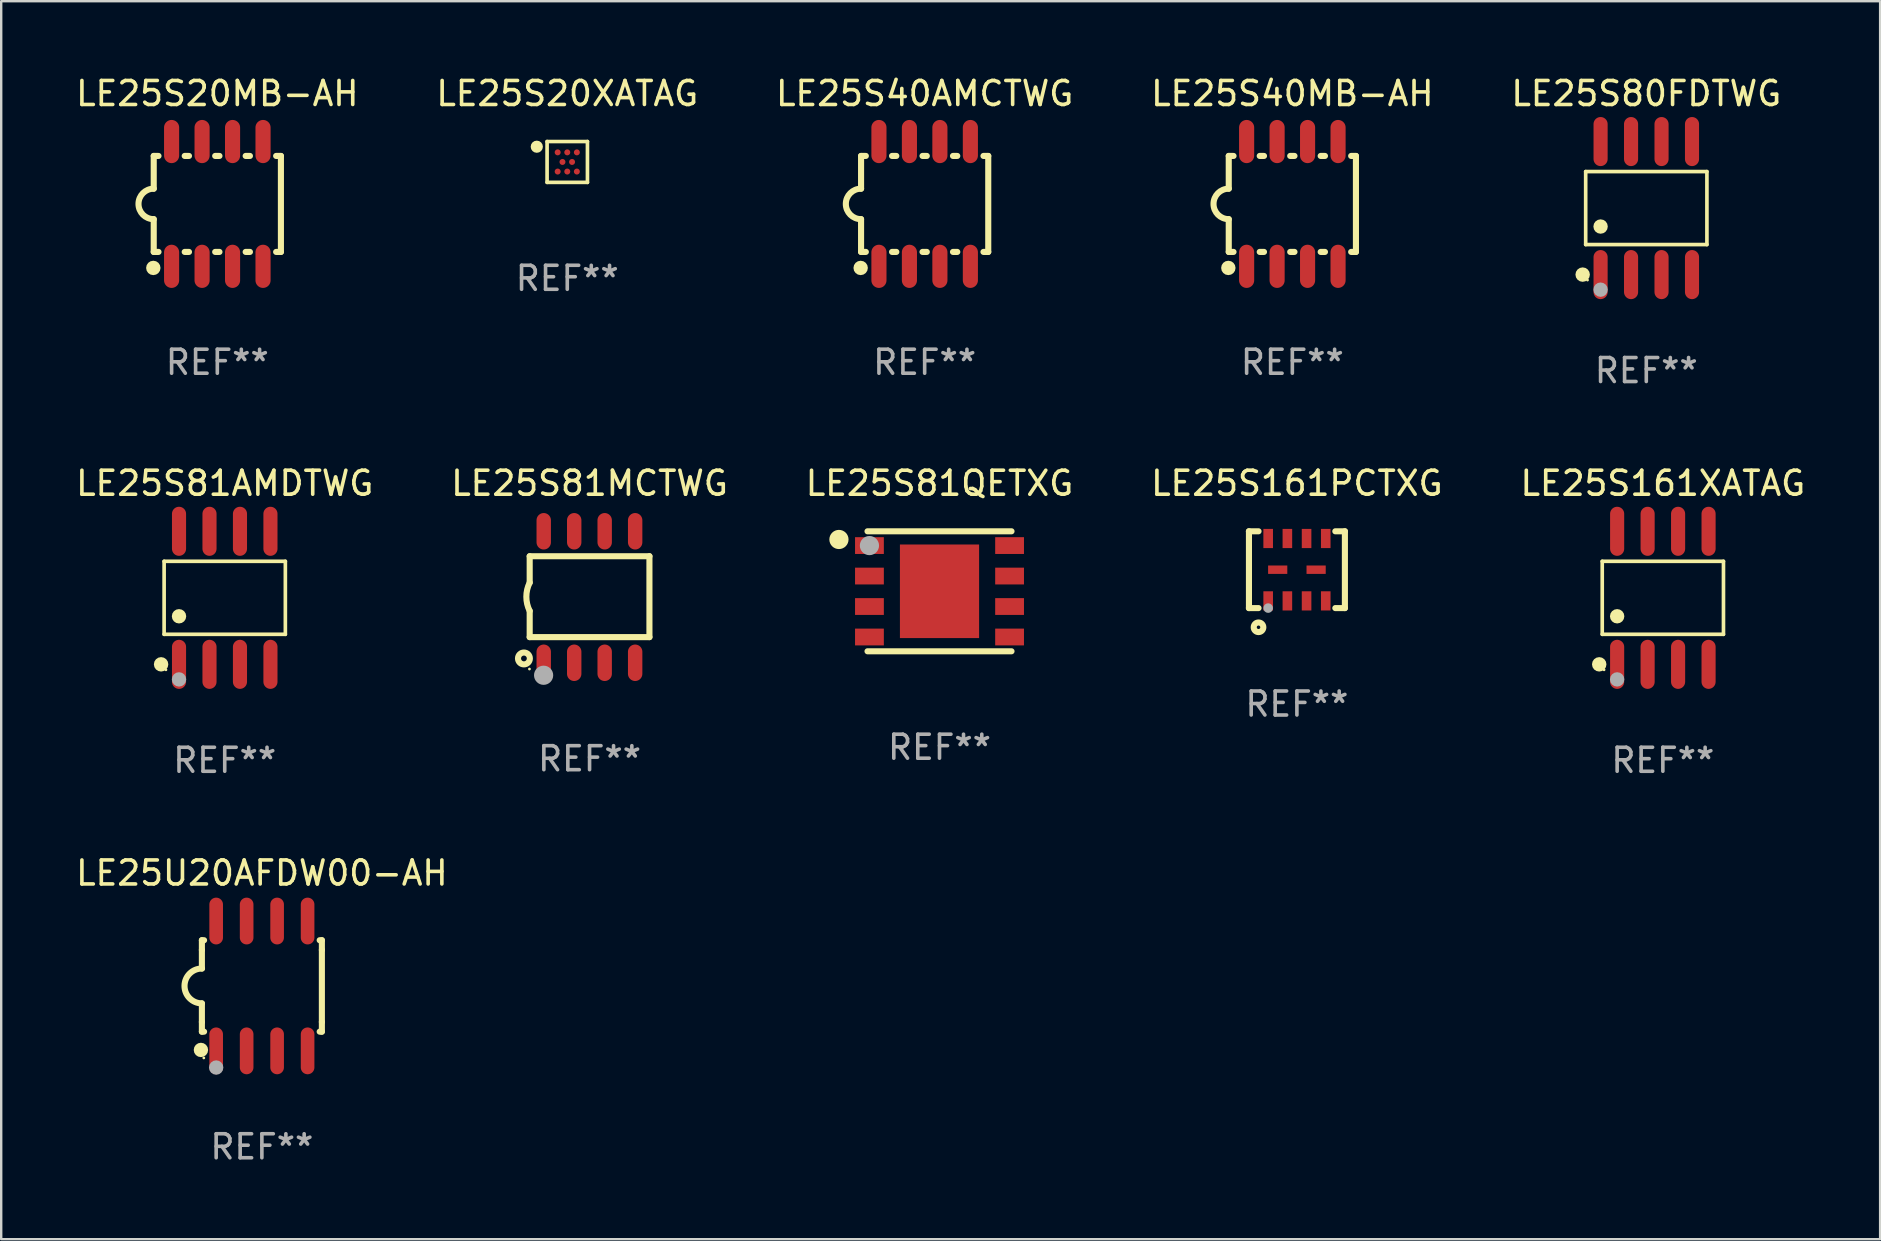
<source format=kicad_pcb>
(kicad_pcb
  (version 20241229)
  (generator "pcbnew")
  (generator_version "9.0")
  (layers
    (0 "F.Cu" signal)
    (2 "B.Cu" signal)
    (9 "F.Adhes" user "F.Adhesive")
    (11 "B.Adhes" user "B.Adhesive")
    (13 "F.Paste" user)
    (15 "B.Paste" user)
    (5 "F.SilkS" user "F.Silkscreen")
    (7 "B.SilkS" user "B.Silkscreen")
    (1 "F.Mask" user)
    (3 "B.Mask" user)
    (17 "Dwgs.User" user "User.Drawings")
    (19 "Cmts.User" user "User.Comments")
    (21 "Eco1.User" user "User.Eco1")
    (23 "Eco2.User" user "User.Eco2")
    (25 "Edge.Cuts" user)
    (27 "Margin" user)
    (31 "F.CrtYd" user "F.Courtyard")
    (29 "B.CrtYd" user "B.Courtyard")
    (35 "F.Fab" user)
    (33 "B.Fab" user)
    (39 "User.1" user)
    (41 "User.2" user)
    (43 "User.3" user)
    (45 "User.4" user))
  (footprint "LE25S80FDTWG"
    (layer "F.Cu")
    (at 65.554 5.621)
    (property "Reference" "LE25S80FDTWG" (at 0 -4.772 0) (layer "F.SilkS") (effects (font (size 1 1) (thickness 0.15))))
    (attr through_hole)
    (fp_line (start -2.526 -1.521) (end 2.526 -1.521) (stroke (width 0.152) (type solid)) (layer "F.SilkS"))
    (fp_line (start -2.526 1.521) (end -2.526 -1.521) (stroke (width 0.152) (type solid)) (layer "F.SilkS"))
    (fp_line (start 2.526 -1.521) (end 2.526 1.521) (stroke (width 0.152) (type solid)) (layer "F.SilkS"))
    (fp_line (start 2.526 1.521) (end -2.526 1.521) (stroke (width 0.152) (type solid)) (layer "F.SilkS"))
    (fp_circle (center -2.652 2.772) (end -2.501 2.772) (stroke (width 0.3) (type solid)) (fill no) (layer "F.SilkS"))
    (fp_circle (center -2.45 3) (end -2.42 3) (stroke (width 0.06) (type solid)) (fill no) (layer "F.SilkS"))
    (fp_circle (center -1.905 0.769) (end -1.755 0.769) (stroke (width 0.3) (type solid)) (fill no) (layer "F.SilkS"))
    (fp_circle (center -1.905 3.4) (end -1.755 3.4) (stroke (width 0.3) (type solid)) (fill no) (layer "F.Fab"))
    (fp_text user "REF**" (at 0 6.772 0) (layer "F.Fab") (effects (font (size 1 1) (thickness 0.15))))
    (pad "1" smd oval (at -1.905 2.772) (size 0.588 2.045) (layers "F.Cu" "F.Mask" "F.Paste"))
    (pad "2" smd oval (at -0.635 2.772) (size 0.588 2.045) (layers "F.Cu" "F.Mask" "F.Paste"))
    (pad "3" smd oval (at 0.635 2.772) (size 0.588 2.045) (layers "F.Cu" "F.Mask" "F.Paste"))
    (pad "4" smd oval (at 1.905 2.772) (size 0.588 2.045) (layers "F.Cu" "F.Mask" "F.Paste"))
    (pad "5" smd oval (at 1.905 -2.772) (size 0.588 2.045) (layers "F.Cu" "F.Mask" "F.Paste"))
    (pad "6" smd oval (at 0.635 -2.772) (size 0.588 2.045) (layers "F.Cu" "F.Mask" "F.Paste"))
    (pad "7" smd oval (at -0.635 -2.772) (size 0.588 2.045) (layers "F.Cu" "F.Mask" "F.Paste"))
    (pad "8" smd oval (at -1.905 -2.772) (size 0.588 2.045) (layers "F.Cu" "F.Mask" "F.Paste")))
  (footprint "LE25S40AMCTWG"
    (layer "F.Cu")
    (at 35.482 5.448)
    (property "Reference" "LE25S40AMCTWG" (at 0 -4.6 0) (layer "F.SilkS") (effects (font (size 1 1) (thickness 0.15))))
    (attr through_hole)
    (fp_line (start -2.65 -2) (end -2.65 -0.635) (stroke (width 0.254) (type solid)) (layer "F.SilkS"))
    (fp_line (start -2.65 2) (end -2.65 0.635) (stroke (width 0.254) (type solid)) (layer "F.SilkS"))
    (fp_line (start -2.451 -2) (end -2.65 -2) (stroke (width 0.254) (type solid)) (layer "F.SilkS"))
    (fp_line (start -2.451 2) (end -2.65 2) (stroke (width 0.254) (type solid)) (layer "F.SilkS"))
    (fp_line (start -1.181 -2) (end -1.359 -2) (stroke (width 0.254) (type solid)) (layer "F.SilkS"))
    (fp_line (start -1.181 2) (end -1.359 2) (stroke (width 0.254) (type solid)) (layer "F.SilkS"))
    (fp_line (start 0.089 -2) (end -0.089 -2) (stroke (width 0.254) (type solid)) (layer "F.SilkS"))
    (fp_line (start 0.089 2) (end -0.089 2) (stroke (width 0.254) (type solid)) (layer "F.SilkS"))
    (fp_line (start 1.359 -2) (end 1.181 -2) (stroke (width 0.254) (type solid)) (layer "F.SilkS"))
    (fp_line (start 1.359 2) (end 1.181 2) (stroke (width 0.254) (type solid)) (layer "F.SilkS"))
    (fp_line (start 2.65 -2) (end 2.451 -2) (stroke (width 0.254) (type solid)) (layer "F.SilkS"))
    (fp_line (start 2.65 -2) (end 2.65 2) (stroke (width 0.254) (type solid)) (layer "F.SilkS"))
    (fp_line (start 2.65 2) (end 2.451 2) (stroke (width 0.254) (type solid)) (layer "F.SilkS"))
    (fp_arc (start -2.650013 0.635001) (mid -3.284227 -0.000394) (end -2.649226 -0.635001) (stroke (width 0.254001) (type solid)) (layer "F.SilkS"))
    (fp_circle (center -2.667 2.667) (end -2.517 2.667) (stroke (width 0.3) (type solid)) (fill no) (layer "F.SilkS"))
    (fp_text user "REF**" (at 0 6.6 0) (layer "F.Fab") (effects (font (size 1 1) (thickness 0.15))))
    (pad "1" smd oval (at -1.905 2.6) (size 0.63 1.8) (layers "F.Cu" "F.Mask" "F.Paste"))
    (pad "2" smd oval (at -0.635 2.6) (size 0.63 1.8) (layers "F.Cu" "F.Mask" "F.Paste"))
    (pad "3" smd oval (at 0.635 2.6) (size 0.63 1.8) (layers "F.Cu" "F.Mask" "F.Paste"))
    (pad "4" smd oval (at 1.905 2.6) (size 0.63 1.8) (layers "F.Cu" "F.Mask" "F.Paste"))
    (pad "5" smd oval (at 1.905 -2.6) (size 0.63 1.8) (layers "F.Cu" "F.Mask" "F.Paste"))
    (pad "6" smd oval (at 0.635 -2.6) (size 0.63 1.8) (layers "F.Cu" "F.Mask" "F.Paste"))
    (pad "7" smd oval (at -0.635 -2.6) (size 0.63 1.8) (layers "F.Cu" "F.Mask" "F.Paste"))
    (pad "8" smd oval (at -1.905 -2.6) (size 0.63 1.8) (layers "F.Cu" "F.Mask" "F.Paste")))
  (footprint "LE25S20XATAG"
    (layer "F.Cu")
    (at 20.589 3.699)
    (property "Reference" "LE25S20XATAG" (at 0 -2.851 0) (layer "F.SilkS") (effects (font (size 1 1) (thickness 0.15))))
    (attr through_hole)
    (fp_line (start -0.841 -0.851) (end 0.841 -0.851) (stroke (width 0.152) (type solid)) (layer "F.SilkS"))
    (fp_line (start -0.841 0.851) (end -0.841 -0.851) (stroke (width 0.152) (type solid)) (layer "F.SilkS"))
    (fp_line (start 0.841 -0.851) (end 0.841 0.851) (stroke (width 0.152) (type solid)) (layer "F.SilkS"))
    (fp_line (start 0.841 0.851) (end -0.841 0.851) (stroke (width 0.152) (type solid)) (layer "F.SilkS"))
    (fp_circle (center -1.27 -0.635) (end -1.143 -0.635) (stroke (width 0.254) (type solid)) (fill no) (layer "F.SilkS"))
    (fp_text user "REF**" (at 0 4.851 0) (layer "F.Fab") (effects (font (size 1 1) (thickness 0.15))))
    (pad "A1" smd circle (at -0.4 -0.4) (size 0.25 0.25) (layers "F.Cu" "F.Mask" "F.Paste"))
    (pad "A2" smd circle (at 0 -0.4) (size 0.25 0.25) (layers "F.Cu" "F.Mask" "F.Paste"))
    (pad "A3" smd circle (at 0.4 -0.4) (size 0.25 0.25) (layers "F.Cu" "F.Mask" "F.Paste"))
    (pad "B1" smd circle (at -0.2 0) (size 0.25 0.25) (layers "F.Cu" "F.Mask" "F.Paste"))
    (pad "B2" smd circle (at 0.2 0) (size 0.25 0.25) (layers "F.Cu" "F.Mask" "F.Paste"))
    (pad "C1" smd circle (at -0.4 0.4) (size 0.25 0.25) (layers "F.Cu" "F.Mask" "F.Paste"))
    (pad "C2" smd circle (at 0 0.4) (size 0.25 0.25) (layers "F.Cu" "F.Mask" "F.Paste"))
    (pad "C3" smd circle (at 0.4 0.4) (size 0.25 0.25) (layers "F.Cu" "F.Mask" "F.Paste")))
  (footprint "LE25S20MB-AH"
    (layer "F.Cu")
    (at 6.006 5.448)
    (property "Reference" "LE25S20MB-AH" (at 0 -4.6 0) (layer "F.SilkS") (effects (font (size 1 1) (thickness 0.15))))
    (attr through_hole)
    (fp_line (start -2.65 -2) (end -2.65 -0.635) (stroke (width 0.254) (type solid)) (layer "F.SilkS"))
    (fp_line (start -2.65 2) (end -2.65 0.635) (stroke (width 0.254) (type solid)) (layer "F.SilkS"))
    (fp_line (start -2.451 -2) (end -2.65 -2) (stroke (width 0.254) (type solid)) (layer "F.SilkS"))
    (fp_line (start -2.451 2) (end -2.65 2) (stroke (width 0.254) (type solid)) (layer "F.SilkS"))
    (fp_line (start -1.181 -2) (end -1.359 -2) (stroke (width 0.254) (type solid)) (layer "F.SilkS"))
    (fp_line (start -1.181 2) (end -1.359 2) (stroke (width 0.254) (type solid)) (layer "F.SilkS"))
    (fp_line (start 0.089 -2) (end -0.089 -2) (stroke (width 0.254) (type solid)) (layer "F.SilkS"))
    (fp_line (start 0.089 2) (end -0.089 2) (stroke (width 0.254) (type solid)) (layer "F.SilkS"))
    (fp_line (start 1.359 -2) (end 1.181 -2) (stroke (width 0.254) (type solid)) (layer "F.SilkS"))
    (fp_line (start 1.359 2) (end 1.181 2) (stroke (width 0.254) (type solid)) (layer "F.SilkS"))
    (fp_line (start 2.65 -2) (end 2.451 -2) (stroke (width 0.254) (type solid)) (layer "F.SilkS"))
    (fp_line (start 2.65 -2) (end 2.65 2) (stroke (width 0.254) (type solid)) (layer "F.SilkS"))
    (fp_line (start 2.65 2) (end 2.451 2) (stroke (width 0.254) (type solid)) (layer "F.SilkS"))
    (fp_arc (start -2.650013 0.635001) (mid -3.284227 -0.000394) (end -2.649226 -0.635001) (stroke (width 0.254001) (type solid)) (layer "F.SilkS"))
    (fp_circle (center -2.667 2.667) (end -2.517 2.667) (stroke (width 0.3) (type solid)) (fill no) (layer "F.SilkS"))
    (fp_text user "REF**" (at 0 6.6 0) (layer "F.Fab") (effects (font (size 1 1) (thickness 0.15))))
    (pad "1" smd oval (at -1.905 2.6) (size 0.63 1.8) (layers "F.Cu" "F.Mask" "F.Paste"))
    (pad "2" smd oval (at -0.635 2.6) (size 0.63 1.8) (layers "F.Cu" "F.Mask" "F.Paste"))
    (pad "3" smd oval (at 0.635 2.6) (size 0.63 1.8) (layers "F.Cu" "F.Mask" "F.Paste"))
    (pad "4" smd oval (at 1.905 2.6) (size 0.63 1.8) (layers "F.Cu" "F.Mask" "F.Paste"))
    (pad "5" smd oval (at 1.905 -2.6) (size 0.63 1.8) (layers "F.Cu" "F.Mask" "F.Paste"))
    (pad "6" smd oval (at 0.635 -2.6) (size 0.63 1.8) (layers "F.Cu" "F.Mask" "F.Paste"))
    (pad "7" smd oval (at -0.635 -2.6) (size 0.63 1.8) (layers "F.Cu" "F.Mask" "F.Paste"))
    (pad "8" smd oval (at -1.905 -2.6) (size 0.63 1.8) (layers "F.Cu" "F.Mask" "F.Paste")))
  (footprint "LE25S81MCTWG"
    (layer "F.Cu")
    (at 21.518 21.829)
    (property "Reference" "LE25S81MCTWG" (at 0 -4.74 0) (layer "F.SilkS") (effects (font (size 1 1) (thickness 0.15))))
    (attr through_hole)
    (fp_line (start -2.495 -1.7) (end 2.495 -1.7) (stroke (width 0.254) (type solid)) (layer "F.SilkS"))
    (fp_line (start -2.495 -0.6) (end -2.495 -1.7) (stroke (width 0.254) (type solid)) (layer "F.SilkS"))
    (fp_line (start -2.495 1.671) (end -2.495 0.58) (stroke (width 0.254) (type solid)) (layer "F.SilkS"))
    (fp_line (start 2.495 -1.7) (end 2.495 1.671) (stroke (width 0.254) (type solid)) (layer "F.SilkS"))
    (fp_line (start 2.495 1.671) (end -2.495 1.671) (stroke (width 0.254) (type solid)) (layer "F.SilkS"))
    (fp_arc (start -2.495009 0.58001) (mid -2.634112 -0.009995) (end -2.495009 -0.6) (stroke (width 0.254001) (type solid)) (layer "F.SilkS"))
    (fp_circle (center -2.735 2.56) (end -2.615 2.56) (stroke (width 0.254) (type solid)) (fill no) (layer "F.SilkS"))
    (fp_circle (center -2.505 3) (end -2.475 3) (stroke (width 0.06) (type solid)) (fill no) (layer "F.SilkS"))
    (fp_circle (center -1.915 3.26) (end -1.715 3.26) (stroke (width 0.4) (type solid)) (fill no) (layer "F.Fab"))
    (fp_text user "REF**" (at 0 6.74 0) (layer "F.Fab") (effects (font (size 1 1) (thickness 0.15))))
    (pad "1" smd oval (at -1.91 2.74) (size 0.6 1.52) (layers "F.Cu" "F.Mask" "F.Paste"))
    (pad "2" smd oval (at -0.64 2.74) (size 0.6 1.52) (layers "F.Cu" "F.Mask" "F.Paste"))
    (pad "3" smd oval (at 0.63 2.74) (size 0.6 1.52) (layers "F.Cu" "F.Mask" "F.Paste"))
    (pad "4" smd oval (at 1.9 2.74) (size 0.6 1.52) (layers "F.Cu" "F.Mask" "F.Paste"))
    (pad "5" smd oval (at 1.9 -2.74) (size 0.6 1.52) (layers "F.Cu" "F.Mask" "F.Paste"))
    (pad "6" smd oval (at 0.63 -2.74) (size 0.6 1.52) (layers "F.Cu" "F.Mask" "F.Paste"))
    (pad "7" smd oval (at -0.64 -2.74) (size 0.6 1.52) (layers "F.Cu" "F.Mask" "F.Paste"))
    (pad "8" smd oval (at -1.91 -2.74) (size 0.6 1.52) (layers "F.Cu" "F.Mask" "F.Paste")))
  (footprint "LE25S40MB-AH"
    (layer "F.Cu")
    (at 50.804 5.448)
    (property "Reference" "LE25S40MB-AH" (at 0 -4.6 0) (layer "F.SilkS") (effects (font (size 1 1) (thickness 0.15))))
    (attr through_hole)
    (fp_line (start -2.65 -2) (end -2.65 -0.635) (stroke (width 0.254) (type solid)) (layer "F.SilkS"))
    (fp_line (start -2.65 2) (end -2.65 0.635) (stroke (width 0.254) (type solid)) (layer "F.SilkS"))
    (fp_line (start -2.451 -2) (end -2.65 -2) (stroke (width 0.254) (type solid)) (layer "F.SilkS"))
    (fp_line (start -2.451 2) (end -2.65 2) (stroke (width 0.254) (type solid)) (layer "F.SilkS"))
    (fp_line (start -1.181 -2) (end -1.359 -2) (stroke (width 0.254) (type solid)) (layer "F.SilkS"))
    (fp_line (start -1.181 2) (end -1.359 2) (stroke (width 0.254) (type solid)) (layer "F.SilkS"))
    (fp_line (start 0.089 -2) (end -0.089 -2) (stroke (width 0.254) (type solid)) (layer "F.SilkS"))
    (fp_line (start 0.089 2) (end -0.089 2) (stroke (width 0.254) (type solid)) (layer "F.SilkS"))
    (fp_line (start 1.359 -2) (end 1.181 -2) (stroke (width 0.254) (type solid)) (layer "F.SilkS"))
    (fp_line (start 1.359 2) (end 1.181 2) (stroke (width 0.254) (type solid)) (layer "F.SilkS"))
    (fp_line (start 2.65 -2) (end 2.451 -2) (stroke (width 0.254) (type solid)) (layer "F.SilkS"))
    (fp_line (start 2.65 -2) (end 2.65 2) (stroke (width 0.254) (type solid)) (layer "F.SilkS"))
    (fp_line (start 2.65 2) (end 2.451 2) (stroke (width 0.254) (type solid)) (layer "F.SilkS"))
    (fp_arc (start -2.650013 0.635001) (mid -3.284227 -0.000394) (end -2.649226 -0.635001) (stroke (width 0.254001) (type solid)) (layer "F.SilkS"))
    (fp_circle (center -2.667 2.667) (end -2.517 2.667) (stroke (width 0.3) (type solid)) (fill no) (layer "F.SilkS"))
    (fp_text user "REF**" (at 0 6.6 0) (layer "F.Fab") (effects (font (size 1 1) (thickness 0.15))))
    (pad "1" smd oval (at -1.905 2.6) (size 0.63 1.8) (layers "F.Cu" "F.Mask" "F.Paste"))
    (pad "2" smd oval (at -0.635 2.6) (size 0.63 1.8) (layers "F.Cu" "F.Mask" "F.Paste"))
    (pad "3" smd oval (at 0.635 2.6) (size 0.63 1.8) (layers "F.Cu" "F.Mask" "F.Paste"))
    (pad "4" smd oval (at 1.905 2.6) (size 0.63 1.8) (layers "F.Cu" "F.Mask" "F.Paste"))
    (pad "5" smd oval (at 1.905 -2.6) (size 0.63 1.8) (layers "F.Cu" "F.Mask" "F.Paste"))
    (pad "6" smd oval (at 0.635 -2.6) (size 0.63 1.8) (layers "F.Cu" "F.Mask" "F.Paste"))
    (pad "7" smd oval (at -0.635 -2.6) (size 0.63 1.8) (layers "F.Cu" "F.Mask" "F.Paste"))
    (pad "8" smd oval (at -1.905 -2.6) (size 0.63 1.8) (layers "F.Cu" "F.Mask" "F.Paste")))
  (footprint "LE25S81AMDTWG"
    (layer "F.Cu")
    (at 6.315 21.862)
    (property "Reference" "LE25S81AMDTWG" (at 0 -4.772 0) (layer "F.SilkS") (effects (font (size 1 1) (thickness 0.15))))
    (attr through_hole)
    (fp_line (start -2.526 -1.521) (end 2.526 -1.521) (stroke (width 0.152) (type solid)) (layer "F.SilkS"))
    (fp_line (start -2.526 1.521) (end -2.526 -1.521) (stroke (width 0.152) (type solid)) (layer "F.SilkS"))
    (fp_line (start 2.526 -1.521) (end 2.526 1.521) (stroke (width 0.152) (type solid)) (layer "F.SilkS"))
    (fp_line (start 2.526 1.521) (end -2.526 1.521) (stroke (width 0.152) (type solid)) (layer "F.SilkS"))
    (fp_circle (center -2.652 2.772) (end -2.501 2.772) (stroke (width 0.3) (type solid)) (fill no) (layer "F.SilkS"))
    (fp_circle (center -2.45 3) (end -2.42 3) (stroke (width 0.06) (type solid)) (fill no) (layer "F.SilkS"))
    (fp_circle (center -1.905 0.769) (end -1.755 0.769) (stroke (width 0.3) (type solid)) (fill no) (layer "F.SilkS"))
    (fp_circle (center -1.905 3.4) (end -1.755 3.4) (stroke (width 0.3) (type solid)) (fill no) (layer "F.Fab"))
    (fp_text user "REF**" (at 0 6.772 0) (layer "F.Fab") (effects (font (size 1 1) (thickness 0.15))))
    (pad "1" smd oval (at -1.905 2.772) (size 0.588 2.045) (layers "F.Cu" "F.Mask" "F.Paste"))
    (pad "2" smd oval (at -0.635 2.772) (size 0.588 2.045) (layers "F.Cu" "F.Mask" "F.Paste"))
    (pad "3" smd oval (at 0.635 2.772) (size 0.588 2.045) (layers "F.Cu" "F.Mask" "F.Paste"))
    (pad "4" smd oval (at 1.905 2.772) (size 0.588 2.045) (layers "F.Cu" "F.Mask" "F.Paste"))
    (pad "5" smd oval (at 1.905 -2.772) (size 0.588 2.045) (layers "F.Cu" "F.Mask" "F.Paste"))
    (pad "6" smd oval (at 0.635 -2.772) (size 0.588 2.045) (layers "F.Cu" "F.Mask" "F.Paste"))
    (pad "7" smd oval (at -0.635 -2.772) (size 0.588 2.045) (layers "F.Cu" "F.Mask" "F.Paste"))
    (pad "8" smd oval (at -1.905 -2.772) (size 0.588 2.045) (layers "F.Cu" "F.Mask" "F.Paste")))
  (footprint "LE25S81QETXG"
    (layer "F.Cu")
    (at 36.101 21.59)
    (property "Reference" "LE25S81QETXG" (at 0 -4.5 0) (layer "F.SilkS") (effects (font (size 1 1) (thickness 0.15))))
    (attr through_hole)
    (fp_line (start 3 -2.5) (end -3 -2.5) (stroke (width 0.254) (type solid)) (layer "F.SilkS"))
    (fp_line (start 3 2.5) (end -3 2.5) (stroke (width 0.254) (type solid)) (layer "F.SilkS"))
    (fp_circle (center -4.191 -2.159) (end -3.991 -2.159) (stroke (width 0.4) (type solid)) (fill no) (layer "F.SilkS"))
    (fp_circle (center -3 -2.5) (end -2.97 -2.5) (stroke (width 0.06) (type solid)) (fill no) (layer "F.SilkS"))
    (fp_circle (center -2.92 -1.905) (end -2.72 -1.905) (stroke (width 0.4) (type solid)) (fill no) (layer "F.Fab"))
    (fp_text user "REF**" (at 0 6.5 0) (layer "F.Fab") (effects (font (size 1 1) (thickness 0.15))))
    (pad "1" smd rect (at -2.92 -1.905) (size 1.2 0.7) (layers "F.Cu" "F.Mask" "F.Paste"))
    (pad "2" smd rect (at -2.92 -0.635) (size 1.2 0.7) (layers "F.Cu" "F.Mask" "F.Paste"))
    (pad "3" smd rect (at -2.92 0.635) (size 1.2 0.7) (layers "F.Cu" "F.Mask" "F.Paste"))
    (pad "4" smd rect (at -2.92 1.905) (size 1.2 0.7) (layers "F.Cu" "F.Mask" "F.Paste"))
    (pad "5" smd rect (at 2.92 1.905) (size 1.2 0.7) (layers "F.Cu" "F.Mask" "F.Paste"))
    (pad "6" smd rect (at 2.92 0.635) (size 1.2 0.7) (layers "F.Cu" "F.Mask" "F.Paste"))
    (pad "7" smd rect (at 2.92 -0.635) (size 1.2 0.7) (layers "F.Cu" "F.Mask" "F.Paste"))
    (pad "8" smd rect (at 2.92 -1.905) (size 1.2 0.7) (layers "F.Cu" "F.Mask" "F.Paste"))
    (pad "9" smd rect (at 0 0) (size 3.3 3.9) (layers "F.Cu" "F.Mask" "F.Paste")))
  (footprint "LE25S161XATAG"
    (layer "F.Cu")
    (at 66.244 21.862)
    (property "Reference" "LE25S161XATAG" (at 0 -4.772 0) (layer "F.SilkS") (effects (font (size 1 1) (thickness 0.15))))
    (attr through_hole)
    (fp_line (start -2.526 -1.521) (end 2.526 -1.521) (stroke (width 0.152) (type solid)) (layer "F.SilkS"))
    (fp_line (start -2.526 1.521) (end -2.526 -1.521) (stroke (width 0.152) (type solid)) (layer "F.SilkS"))
    (fp_line (start 2.526 -1.521) (end 2.526 1.521) (stroke (width 0.152) (type solid)) (layer "F.SilkS"))
    (fp_line (start 2.526 1.521) (end -2.526 1.521) (stroke (width 0.152) (type solid)) (layer "F.SilkS"))
    (fp_circle (center -2.652 2.772) (end -2.501 2.772) (stroke (width 0.3) (type solid)) (fill no) (layer "F.SilkS"))
    (fp_circle (center -2.45 3) (end -2.42 3) (stroke (width 0.06) (type solid)) (fill no) (layer "F.SilkS"))
    (fp_circle (center -1.905 0.769) (end -1.755 0.769) (stroke (width 0.3) (type solid)) (fill no) (layer "F.SilkS"))
    (fp_circle (center -1.905 3.4) (end -1.755 3.4) (stroke (width 0.3) (type solid)) (fill no) (layer "F.Fab"))
    (fp_text user "REF**" (at 0 6.772 0) (layer "F.Fab") (effects (font (size 1 1) (thickness 0.15))))
    (pad "1" smd oval (at -1.905 2.772) (size 0.588 2.045) (layers "F.Cu" "F.Mask" "F.Paste"))
    (pad "2" smd oval (at -0.635 2.772) (size 0.588 2.045) (layers "F.Cu" "F.Mask" "F.Paste"))
    (pad "3" smd oval (at 0.635 2.772) (size 0.588 2.045) (layers "F.Cu" "F.Mask" "F.Paste"))
    (pad "4" smd oval (at 1.905 2.772) (size 0.588 2.045) (layers "F.Cu" "F.Mask" "F.Paste"))
    (pad "5" smd oval (at 1.905 -2.772) (size 0.588 2.045) (layers "F.Cu" "F.Mask" "F.Paste"))
    (pad "6" smd oval (at 0.635 -2.772) (size 0.588 2.045) (layers "F.Cu" "F.Mask" "F.Paste"))
    (pad "7" smd oval (at -0.635 -2.772) (size 0.588 2.045) (layers "F.Cu" "F.Mask" "F.Paste"))
    (pad "8" smd oval (at -1.905 -2.772) (size 0.588 2.045) (layers "F.Cu" "F.Mask" "F.Paste")))
  (footprint "LE25S161PCTXG"
    (layer "F.Cu")
    (at 50.994 20.69)
    (property "Reference" "LE25S161PCTXG" (at 0 -3.6 0) (layer "F.SilkS") (effects (font (size 1 1) (thickness 0.15))))
    (attr through_hole)
    (fp_line (start -2 -1.6) (end -1.599 -1.6) (stroke (width 0.254) (type solid)) (layer "F.SilkS"))
    (fp_line (start -2 1.6) (end -1.599 1.6) (stroke (width 0.254) (type solid)) (layer "F.SilkS"))
    (fp_line (start -1.998 -1.6) (end -1.998 1.6) (stroke (width 0.254) (type solid)) (layer "F.SilkS"))
    (fp_line (start 2 -1.6) (end 1.601 -1.6) (stroke (width 0.254) (type solid)) (layer "F.SilkS"))
    (fp_line (start 2 1.6) (end 1.601 1.6) (stroke (width 0.254) (type solid)) (layer "F.SilkS"))
    (fp_line (start 2 1.6) (end 2 -1.6) (stroke (width 0.254) (type solid)) (layer "F.SilkS"))
    (fp_circle (center -1.997 1.5) (end -1.967 1.5) (stroke (width 0.06) (type solid)) (fill no) (layer "F.SilkS"))
    (fp_circle (center -1.599 2.4) (end -1.399 2.4) (stroke (width 0.254) (type solid)) (fill no) (layer "F.SilkS"))
    (fp_circle (center -1.197 1.6) (end -1.097 1.6) (stroke (width 0.2) (type solid)) (fill no) (layer "F.Fab"))
    (fp_text user "REF**" (at 0 5.6 0) (layer "F.Fab") (effects (font (size 1 1) (thickness 0.15))))
    (pad "1" smd rect (at -1.197 1.3) (size 0.4 0.8) (layers "F.Cu" "F.Mask" "F.Paste"))
    (pad "2" smd rect (at -0.397 1.3) (size 0.4 0.8) (layers "F.Cu" "F.Mask" "F.Paste"))
    (pad "3" smd rect (at 0.403 1.3) (size 0.4 0.8) (layers "F.Cu" "F.Mask" "F.Paste"))
    (pad "4" smd rect (at 1.202 1.3) (size 0.4 0.8) (layers "F.Cu" "F.Mask" "F.Paste"))
    (pad "5" smd rect (at 1.202 -1.3) (size 0.4 0.8) (layers "F.Cu" "F.Mask" "F.Paste"))
    (pad "6" smd rect (at 0.403 -1.3) (size 0.4 0.8) (layers "F.Cu" "F.Mask" "F.Paste"))
    (pad "7" smd rect (at -0.397 -1.3) (size 0.4 0.8) (layers "F.Cu" "F.Mask" "F.Paste"))
    (pad "8" smd rect (at -1.197 -1.3) (size 0.4 0.8) (layers "F.Cu" "F.Mask" "F.Paste"))
    (pad "9" smd rect (at -0.8 0.00014 90) (size 0.35 0.8) (layers "F.Cu" "F.Mask" "F.Paste"))
    (pad "10" smd rect (at 0.801 0.00014 90) (size 0.35 0.8) (layers "F.Cu" "F.Mask" "F.Paste")))
  (footprint "LE25U20AFDW00-AH"
    (layer "F.Cu")
    (at 7.863 38.036)
    (property "Reference" "LE25U20AFDW00-AH" (at 0 -4.705 0) (layer "F.SilkS") (effects (font (size 1 1) (thickness 0.15))))
    (attr through_hole)
    (fp_line (start -2.5 -1.905) (end -2.409 -1.905) (stroke (width 0.254) (type solid)) (layer "F.SilkS"))
    (fp_line (start -2.5 -1.5) (end -2.5 -1.905) (stroke (width 0.254) (type solid)) (layer "F.SilkS"))
    (fp_line (start -2.5 -1.5) (end -2.5 -0.726) (stroke (width 0.254) (type solid)) (layer "F.SilkS"))
    (fp_line (start -2.5 1.5) (end -2.5 0.727) (stroke (width 0.254) (type solid)) (layer "F.SilkS"))
    (fp_line (start -2.5 1.5) (end -2.5 1.905) (stroke (width 0.254) (type solid)) (layer "F.SilkS"))
    (fp_line (start -2.5 1.905) (end -2.409 1.905) (stroke (width 0.254) (type solid)) (layer "F.SilkS"))
    (fp_line (start 2.5 -1.905) (end 2.409 -1.905) (stroke (width 0.254) (type solid)) (layer "F.SilkS"))
    (fp_line (start 2.5 -1.5) (end 2.5 -1.905) (stroke (width 0.254) (type solid)) (layer "F.SilkS"))
    (fp_line (start 2.5 -1.5) (end 2.5 1.5) (stroke (width 0.254) (type solid)) (layer "F.SilkS"))
    (fp_line (start 2.5 1.5) (end 2.5 1.905) (stroke (width 0.254) (type solid)) (layer "F.SilkS"))
    (fp_line (start 2.5 1.905) (end 2.409 1.905) (stroke (width 0.254) (type solid)) (layer "F.SilkS"))
    (fp_arc (start -2.5 0.726568) (mid -3.220316 -0.0023) (end -2.495097 -0.726289) (stroke (width 0.254001) (type solid)) (layer "F.SilkS"))
    (fp_circle (center -2.54 2.667) (end -2.39 2.667) (stroke (width 0.3) (type solid)) (fill no) (layer "F.SilkS"))
    (fp_circle (center -2.42 3) (end -2.39 3) (stroke (width 0.06) (type solid)) (fill no) (layer "F.SilkS"))
    (fp_circle (center -1.905 3.4) (end -1.755 3.4) (stroke (width 0.3) (type solid)) (fill no) (layer "F.Fab"))
    (fp_text user "REF**" (at 0 6.705 0) (layer "F.Fab") (effects (font (size 1 1) (thickness 0.15))))
    (pad "1" smd oval (at -1.905 2.705) (size 0.568 1.95) (layers "F.Cu" "F.Mask" "F.Paste"))
    (pad "2" smd oval (at -0.635 2.705) (size 0.568 1.95) (layers "F.Cu" "F.Mask" "F.Paste"))
    (pad "3" smd oval (at 0.635 2.705) (size 0.568 1.95) (layers "F.Cu" "F.Mask" "F.Paste"))
    (pad "4" smd oval (at 1.905 2.705) (size 0.568 1.95) (layers "F.Cu" "F.Mask" "F.Paste"))
    (pad "5" smd oval (at 1.905 -2.705) (size 0.568 1.95) (layers "F.Cu" "F.Mask" "F.Paste"))
    (pad "6" smd oval (at 0.635 -2.705) (size 0.568 1.95) (layers "F.Cu" "F.Mask" "F.Paste"))
    (pad "7" smd oval (at -0.635 -2.705) (size 0.568 1.95) (layers "F.Cu" "F.Mask" "F.Paste"))
    (pad "8" smd oval (at -1.905 -2.705) (size 0.568 1.95) (layers "F.Cu" "F.Mask" "F.Paste")))
  (gr_rect
    (start -3 -3)
    (end 75.298 48.589)
    (stroke (width 0.1) (type default))
    (fill no)
    (layer "Edge.Cuts")))
</source>
